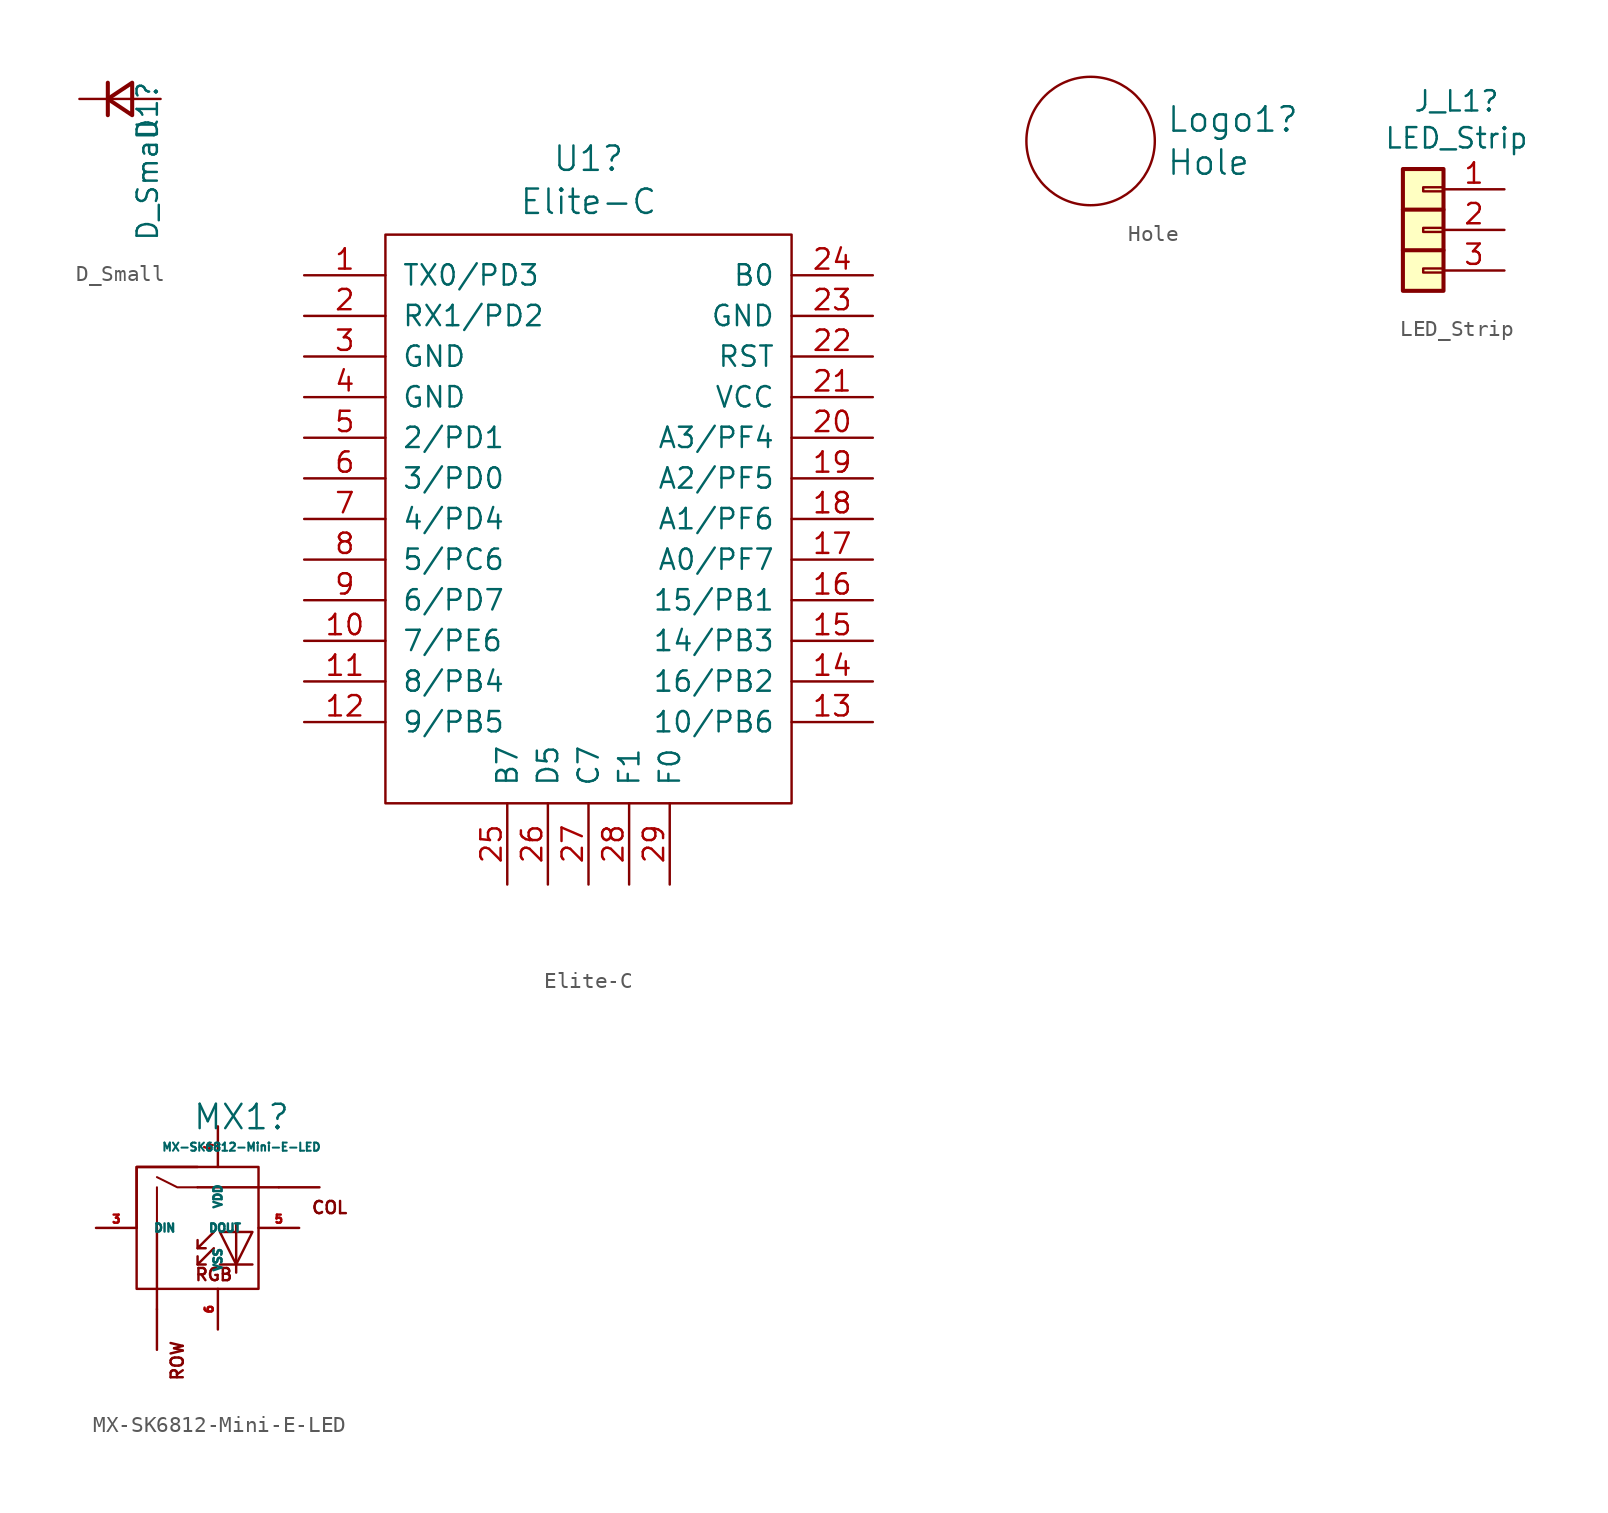
<source format=kicad_sym>
(kicad_symbol_lib
  (version 20210619)
  (generator kicad_symbol_editor)
  (symbol "eek_lib:D_Small"
    (pin_numbers hide)
    (pin_names
      (offset 0.254) hide)
    (property "Reference" "D1"
      (at 1.727 1.168 90)
      (effects (font (size 1.27 1.27)) (justify right)))
    (property "Value" "D_Small"
      (at 1.727 -1.143 90)
      (effects (font (size 1.27 1.27)) (justify right)))
    (symbol "D_Small_0_1"
      (polyline (pts (xy -0.762 -1.016) (xy -0.762 1.016)) (stroke (width 0.254)) (fill (type none)))
      (polyline (pts (xy -0.762 0) (xy 0.762 0)) (stroke (width 0)) (fill (type none)))
      (polyline (pts (xy 0.762 -1.016) (xy -0.762 0) (xy 0.762 1.016) (xy 0.762 -1.016)) (stroke (width 0.254)) (fill (type none))))
    (symbol "D_Small_1_1"
      (pin passive line (at -2.54 0 0) (length 1.778) (name "K" (effects (font (size 1.27 1.27)))) (number "1" (effects (font (size 1.27 1.27)))))
      (pin passive line (at 2.54 0 180) (length 1.778) (name "A" (effects (font (size 1.27 1.27)))) (number "2" (effects (font (size 1.27 1.27)))))))
  (symbol "eek_lib:Elite-C"
    (pin_names
      (offset 1.016))
    (property "Reference" "U1"
      (at 0 21.26 0)
      (effects (font (size 1.524 1.524))))
    (property "Value" "Elite-C"
      (at 0 18.567 0)
      (effects (font (size 1.524 1.524))))
    (symbol "Elite-C_0_1"
      (rectangle (start 12.7 -19.05) (end -12.7 16.51) (stroke (width 0)) (fill (type none))))
    (symbol "Elite-C_1_1"
      (pin input line (at -17.78 13.97 0) (length 5.08) (name "TX0/PD3" (effects (font (size 1.27 1.27)))) (number "1" (effects (font (size 1.27 1.27)))))
      (pin input line (at -17.78 -8.89 0) (length 5.08) (name "7/PE6" (effects (font (size 1.27 1.27)))) (number "10" (effects (font (size 1.27 1.27)))))
      (pin input line (at -17.78 -11.43 0) (length 5.08) (name "8/PB4" (effects (font (size 1.27 1.27)))) (number "11" (effects (font (size 1.27 1.27)))))
      (pin input line (at -17.78 -13.97 0) (length 5.08) (name "9/PB5" (effects (font (size 1.27 1.27)))) (number "12" (effects (font (size 1.27 1.27)))))
      (pin input line (at 17.78 -13.97 180) (length 5.08) (name "10/PB6" (effects (font (size 1.27 1.27)))) (number "13" (effects (font (size 1.27 1.27)))))
      (pin input line (at 17.78 -11.43 180) (length 5.08) (name "16/PB2" (effects (font (size 1.27 1.27)))) (number "14" (effects (font (size 1.27 1.27)))))
      (pin input line (at 17.78 -8.89 180) (length 5.08) (name "14/PB3" (effects (font (size 1.27 1.27)))) (number "15" (effects (font (size 1.27 1.27)))))
      (pin input line (at 17.78 -6.35 180) (length 5.08) (name "15/PB1" (effects (font (size 1.27 1.27)))) (number "16" (effects (font (size 1.27 1.27)))))
      (pin input line (at 17.78 -3.81 180) (length 5.08) (name "A0/PF7" (effects (font (size 1.27 1.27)))) (number "17" (effects (font (size 1.27 1.27)))))
      (pin input line (at 17.78 -1.27 180) (length 5.08) (name "A1/PF6" (effects (font (size 1.27 1.27)))) (number "18" (effects (font (size 1.27 1.27)))))
      (pin input line (at 17.78 1.27 180) (length 5.08) (name "A2/PF5" (effects (font (size 1.27 1.27)))) (number "19" (effects (font (size 1.27 1.27)))))
      (pin input line (at -17.78 11.43 0) (length 5.08) (name "RX1/PD2" (effects (font (size 1.27 1.27)))) (number "2" (effects (font (size 1.27 1.27)))))
      (pin input line (at 17.78 3.81 180) (length 5.08) (name "A3/PF4" (effects (font (size 1.27 1.27)))) (number "20" (effects (font (size 1.27 1.27)))))
      (pin input line (at 17.78 6.35 180) (length 5.08) (name "VCC" (effects (font (size 1.27 1.27)))) (number "21" (effects (font (size 1.27 1.27)))))
      (pin input line (at 17.78 8.89 180) (length 5.08) (name "RST" (effects (font (size 1.27 1.27)))) (number "22" (effects (font (size 1.27 1.27)))))
      (pin input line (at 17.78 11.43 180) (length 5.08) (name "GND" (effects (font (size 1.27 1.27)))) (number "23" (effects (font (size 1.27 1.27)))))
      (pin input line (at 17.78 13.97 180) (length 5.08) (name "B0" (effects (font (size 1.27 1.27)))) (number "24" (effects (font (size 1.27 1.27)))))
      (pin input line (at -5.08 -24.13 90) (length 5.08) (name "B7" (effects (font (size 1.27 1.27)))) (number "25" (effects (font (size 1.27 1.27)))))
      (pin input line (at -2.54 -24.13 90) (length 5.08) (name "D5" (effects (font (size 1.27 1.27)))) (number "26" (effects (font (size 1.27 1.27)))))
      (pin input line (at 0 -24.13 90) (length 5.08) (name "C7" (effects (font (size 1.27 1.27)))) (number "27" (effects (font (size 1.27 1.27)))))
      (pin input line (at 2.54 -24.13 90) (length 5.08) (name "F1" (effects (font (size 1.27 1.27)))) (number "28" (effects (font (size 1.27 1.27)))))
      (pin input line (at 5.08 -24.13 90) (length 5.08) (name "F0" (effects (font (size 1.27 1.27)))) (number "29" (effects (font (size 1.27 1.27)))))
      (pin input line (at -17.78 8.89 0) (length 5.08) (name "GND" (effects (font (size 1.27 1.27)))) (number "3" (effects (font (size 1.27 1.27)))))
      (pin input line (at -17.78 6.35 0) (length 5.08) (name "GND" (effects (font (size 1.27 1.27)))) (number "4" (effects (font (size 1.27 1.27)))))
      (pin input line (at -17.78 3.81 0) (length 5.08) (name "2/PD1" (effects (font (size 1.27 1.27)))) (number "5" (effects (font (size 1.27 1.27)))))
      (pin input line (at -17.78 1.27 0) (length 5.08) (name "3/PD0" (effects (font (size 1.27 1.27)))) (number "6" (effects (font (size 1.27 1.27)))))
      (pin input line (at -17.78 -1.27 0) (length 5.08) (name "4/PD4" (effects (font (size 1.27 1.27)))) (number "7" (effects (font (size 1.27 1.27)))))
      (pin input line (at -17.78 -3.81 0) (length 5.08) (name "5/PC6" (effects (font (size 1.27 1.27)))) (number "8" (effects (font (size 1.27 1.27)))))
      (pin input line (at -17.78 -6.35 0) (length 5.08) (name "6/PD7" (effects (font (size 1.27 1.27)))) (number "9" (effects (font (size 1.27 1.27)))))))
  (symbol "eek_lib:Hole"
    (pin_names
      (offset 1.016))
    (property "Reference" "Logo1"
      (at 4.724 1.346 0)
      (effects (font (size 1.524 1.524)) (justify left)))
    (property "Value" "Hole"
      (at 4.724 -1.346 0)
      (effects (font (size 1.524 1.524)) (justify left)))
    (symbol "Hole_0_1"
      (circle (center 0 0) (radius 4.013) (stroke (width 0)) (fill (type none)))))
  (symbol "eek_lib:LED_Strip"
    (pin_names
      (offset 1.016) hide)
    (property "Reference" "J_L1"
      (at 2.083 8.052 0)
      (effects (font (size 1.27 1.27))))
    (property "Value" "LED_Strip"
      (at 2.083 5.74 0)
      (effects (font (size 1.27 1.27))))
    (symbol "LED_Strip_1_1"
      (rectangle (start 0 -2.413) (end 1.27 -2.667) (stroke (width 0.152)) (fill (type none)))
      (rectangle (start 0 0.127) (end 1.27 -0.127) (stroke (width 0.152)) (fill (type none)))
      (rectangle (start 0 2.667) (end 1.27 2.413) (stroke (width 0.152)) (fill (type none)))
      (rectangle (start -1.27 3.81) (end 1.27 -3.81) (stroke (width 0.254)) (fill (type background)))
      (polyline (pts (xy -1.27 -1.27) (xy 1.27 -1.27)) (stroke (width 0.254)) (fill (type none)))
      (polyline (pts (xy -1.27 1.27) (xy 1.27 1.27)) (stroke (width 0.254)) (fill (type none)))
      (pin passive line (at 5.08 2.54 180) (length 3.81) (name "Pin_1" (effects (font (size 1.27 1.27)))) (number "1" (effects (font (size 1.27 1.27)))))
      (pin passive line (at 5.08 0 180) (length 3.81) (name "Pin_2" (effects (font (size 1.27 1.27)))) (number "2" (effects (font (size 1.27 1.27)))))
      (pin passive line (at 5.08 -2.54 180) (length 3.81) (name "Pin_3" (effects (font (size 1.27 1.27)))) (number "3" (effects (font (size 1.27 1.27)))))))
  (symbol "eek_lib:MX-SK6812-Mini-E-LED"
    (pin_names
      (offset 1.016))
    (property "Reference" "MX1"
      (at 4.013 5.664 0)
      (effects (font (size 1.524 1.524))))
    (property "Value" "MX-SK6812-Mini-E-LED"
      (at 4.013 3.785 0)
      (effects (font (size 0.508 0.508))))
    (symbol "MX-SK6812-Mini-E-LED_0_1"
      (rectangle (start -2.54 2.54) (end 5.08 -5.08) (stroke (width 0)) (fill (type none)))
      (polyline (pts (xy -1.27 -5.08) (xy -1.27 -6.35)) (stroke (width 0)) (fill (type none)))
      (polyline (pts (xy -1.27 -5.08) (xy -1.27 -1.27)) (stroke (width 0)) (fill (type none)))
      (polyline (pts (xy 1.27 1.27) (xy 5.08 1.27)) (stroke (width 0)) (fill (type none)))
      (polyline (pts (xy 6.35 1.27) (xy 5.08 1.27)) (stroke (width 0)) (fill (type none)))
      (polyline (pts (xy 1.27 2.54) (xy -2.54 2.54) (xy -2.54 -1.27)) (stroke (width 0)) (fill (type none))))
    (symbol "MX-SK6812-Mini-E-LED_1_1"
      (text "COL" (at 9.525 0 0) (effects (font (size 0.762 0.762))))
      (text "RGB" (at 2.286 -4.191 0) (effects (font (size 0.762 0.762))))
      (text "ROW" (at 0 -8.255 900) (effects (font (size 0.762 0.762)) (justify right)))
      (polyline (pts (xy -1.27 -1.27) (xy -1.27 1.27)) (stroke (width 0.127)) (fill (type none)))
      (polyline (pts (xy 1.27 -3.556) (xy 1.778 -3.556)) (stroke (width 0)) (fill (type none)))
      (polyline (pts (xy 1.27 -2.54) (xy 1.778 -2.54)) (stroke (width 0)) (fill (type none)))
      (polyline (pts (xy 4.699 -3.556) (xy 2.667 -3.556)) (stroke (width 0)) (fill (type none)))
      (polyline (pts (xy 1.27 1.27) (xy 0 1.27) (xy -1.27 1.905)) (stroke (width 0.127)) (fill (type none)))
      (polyline (pts (xy 2.286 -2.54) (xy 1.27 -3.556) (xy 1.27 -3.048)) (stroke (width 0)) (fill (type none)))
      (polyline (pts (xy 2.286 -1.524) (xy 1.27 -2.54) (xy 1.27 -2.032)) (stroke (width 0)) (fill (type none)))
      (polyline (pts (xy 3.683 -1.016) (xy 3.683 -3.556) (xy 3.683 -4.064)) (stroke (width 0)) (fill (type none)))
      (polyline (pts (xy 4.699 -1.524) (xy 2.667 -1.524) (xy 3.683 -3.556) (xy 4.699 -1.524)) (stroke (width 0)) (fill (type none)))
      (pin passive line (at 8.89 1.27 180) (length 2.54) (name "COL" (effects (font (size 0 0)))) (number "1" (effects (font (size 0 0)))))
      (pin passive line (at -1.27 -8.89 90) (length 2.54) (name "ROW" (effects (font (size 0 0)))) (number "2" (effects (font (size 0 0)))))
      (pin input line (at -5.08 -1.27 0) (length 2.54) (name "DIN" (effects (font (size 0.508 0.508)))) (number "3" (effects (font (size 0.508 0.508)))))
      (pin power_in line (at 2.54 5.08 270) (length 2.54) (name "VDD" (effects (font (size 0.508 0.508)))) (number "4" (effects (font (size 0.508 0.508)))))
      (pin output line (at 7.62 -1.27 180) (length 2.54) (name "DOUT" (effects (font (size 0.508 0.508)))) (number "5" (effects (font (size 0.508 0.508)))))
      (pin power_in line (at 2.54 -7.62 90) (length 2.54) (name "VSS" (effects (font (size 0.508 0.508)))) (number "6" (effects (font (size 0.508 0.508))))))))
</source>
